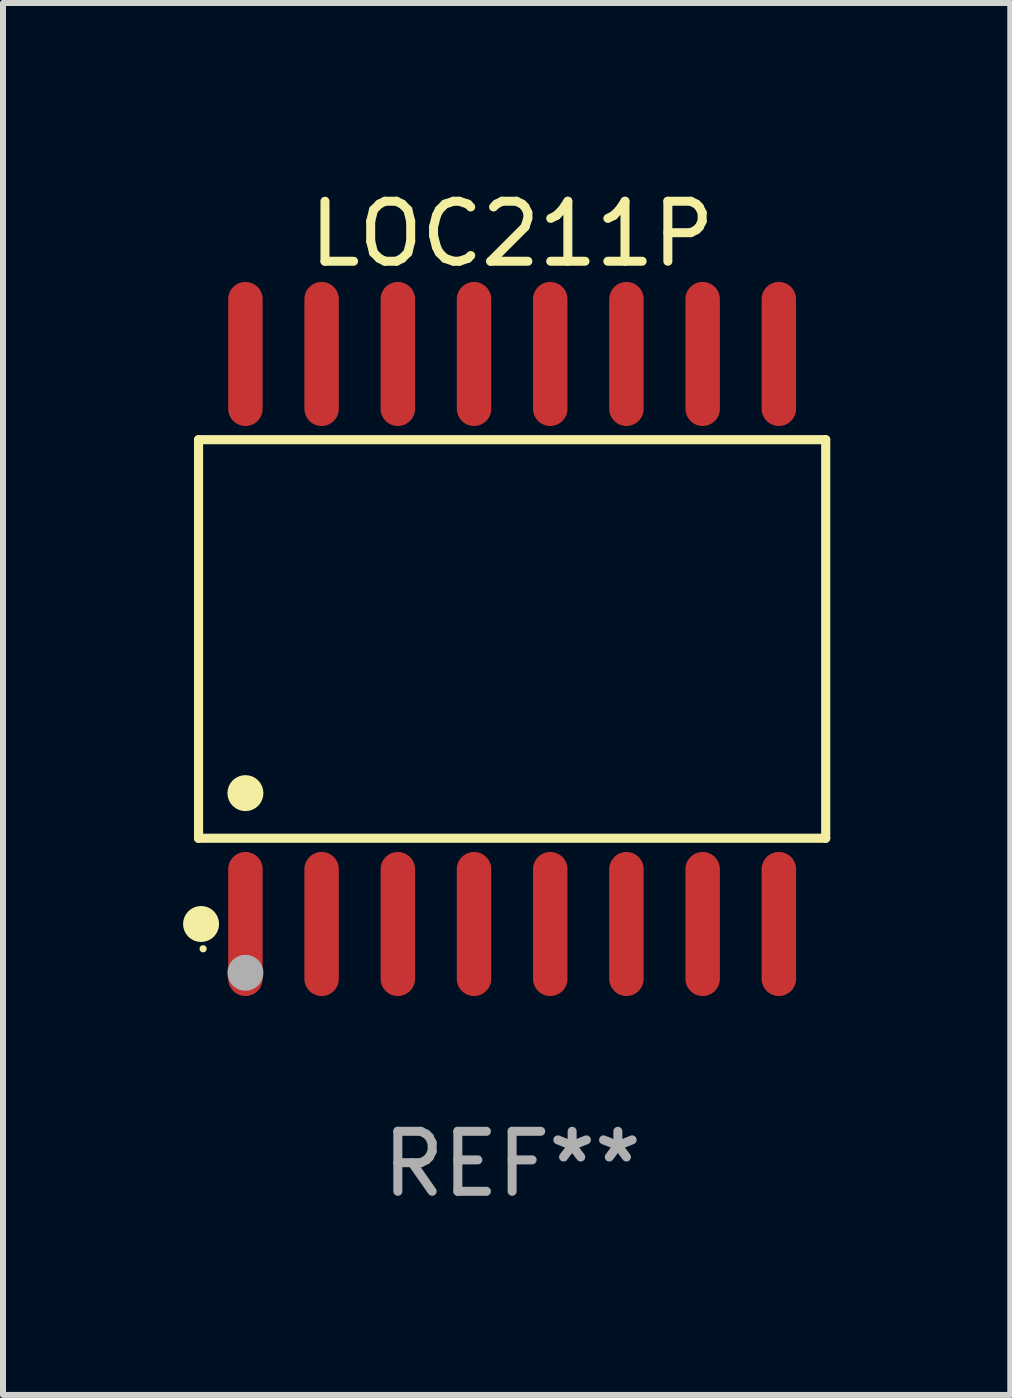
<source format=kicad_pcb>
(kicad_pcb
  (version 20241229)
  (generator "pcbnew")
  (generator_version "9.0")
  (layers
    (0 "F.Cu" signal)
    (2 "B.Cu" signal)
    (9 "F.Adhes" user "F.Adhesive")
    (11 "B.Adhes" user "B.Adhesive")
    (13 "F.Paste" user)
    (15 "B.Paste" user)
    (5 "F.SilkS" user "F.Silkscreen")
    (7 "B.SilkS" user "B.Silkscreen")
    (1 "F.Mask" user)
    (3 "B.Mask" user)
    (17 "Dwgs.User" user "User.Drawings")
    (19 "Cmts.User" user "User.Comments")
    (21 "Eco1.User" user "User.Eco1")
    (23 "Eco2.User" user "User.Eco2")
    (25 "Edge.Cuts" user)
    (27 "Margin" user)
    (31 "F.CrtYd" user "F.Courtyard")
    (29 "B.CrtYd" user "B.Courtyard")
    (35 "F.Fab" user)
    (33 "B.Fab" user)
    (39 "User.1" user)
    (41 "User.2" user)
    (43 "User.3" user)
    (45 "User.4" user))
  (footprint "LOC211P"
    (layer "F.Cu")
    (at 5.485 7.599)
    (property "Reference" "LOC211P" (at 0 -6.75 0) (layer "F.SilkS") (effects (font (size 1 1) (thickness 0.15))))
    (attr through_hole)
    (fp_line (start -5.226 -3.321) (end 5.226 -3.321) (stroke (width 0.152) (type solid)) (layer "F.SilkS"))
    (fp_line (start -5.226 3.321) (end -5.226 -3.321) (stroke (width 0.152) (type solid)) (layer "F.SilkS"))
    (fp_line (start 5.226 -3.321) (end 5.226 3.321) (stroke (width 0.152) (type solid)) (layer "F.SilkS"))
    (fp_line (start 5.226 3.321) (end -5.226 3.321) (stroke (width 0.152) (type solid)) (layer "F.SilkS"))
    (fp_circle (center -5.184 4.75) (end -5.034 4.75) (stroke (width 0.3) (type solid)) (fill no) (layer "F.SilkS"))
    (fp_circle (center -5.15 5.163) (end -5.12 5.163) (stroke (width 0.06) (type solid)) (fill no) (layer "F.SilkS"))
    (fp_circle (center -4.445 2.569) (end -4.295 2.569) (stroke (width 0.3) (type solid)) (fill no) (layer "F.SilkS"))
    (fp_circle (center -4.445 5.563) (end -4.295 5.563) (stroke (width 0.3) (type solid)) (fill no) (layer "F.Fab"))
    (fp_text user "REF**" (at 0 8.75 0) (layer "F.Fab") (effects (font (size 1 1) (thickness 0.15))))
    (pad "1" smd oval (at -4.445 4.75) (size 0.574 2.401) (layers "F.Cu" "F.Mask" "F.Paste"))
    (pad "2" smd oval (at -3.175 4.75) (size 0.574 2.401) (layers "F.Cu" "F.Mask" "F.Paste"))
    (pad "3" smd oval (at -1.905 4.75) (size 0.574 2.401) (layers "F.Cu" "F.Mask" "F.Paste"))
    (pad "4" smd oval (at -0.635 4.75) (size 0.574 2.401) (layers "F.Cu" "F.Mask" "F.Paste"))
    (pad "5" smd oval (at 0.635 4.75) (size 0.574 2.401) (layers "F.Cu" "F.Mask" "F.Paste"))
    (pad "6" smd oval (at 1.905 4.75) (size 0.574 2.401) (layers "F.Cu" "F.Mask" "F.Paste"))
    (pad "7" smd oval (at 3.175 4.75) (size 0.574 2.401) (layers "F.Cu" "F.Mask" "F.Paste"))
    (pad "8" smd oval (at 4.445 4.75) (size 0.574 2.401) (layers "F.Cu" "F.Mask" "F.Paste"))
    (pad "9" smd oval (at 4.445 -4.75) (size 0.574 2.401) (layers "F.Cu" "F.Mask" "F.Paste"))
    (pad "10" smd oval (at 3.175 -4.75) (size 0.574 2.401) (layers "F.Cu" "F.Mask" "F.Paste"))
    (pad "11" smd oval (at 1.905 -4.75) (size 0.574 2.401) (layers "F.Cu" "F.Mask" "F.Paste"))
    (pad "12" smd oval (at 0.635 -4.75) (size 0.574 2.401) (layers "F.Cu" "F.Mask" "F.Paste"))
    (pad "13" smd oval (at -0.635 -4.75) (size 0.574 2.401) (layers "F.Cu" "F.Mask" "F.Paste"))
    (pad "14" smd oval (at -1.905 -4.75) (size 0.574 2.401) (layers "F.Cu" "F.Mask" "F.Paste"))
    (pad "15" smd oval (at -3.175 -4.75) (size 0.574 2.401) (layers "F.Cu" "F.Mask" "F.Paste"))
    (pad "16" smd oval (at -4.445 -4.75) (size 0.574 2.401) (layers "F.Cu" "F.Mask" "F.Paste")))
  (gr_rect
    (start -3 -3)
    (end 13.787 20.197)
    (stroke (width 0.1) (type default))
    (fill no)
    (layer "Edge.Cuts")))
</source>
